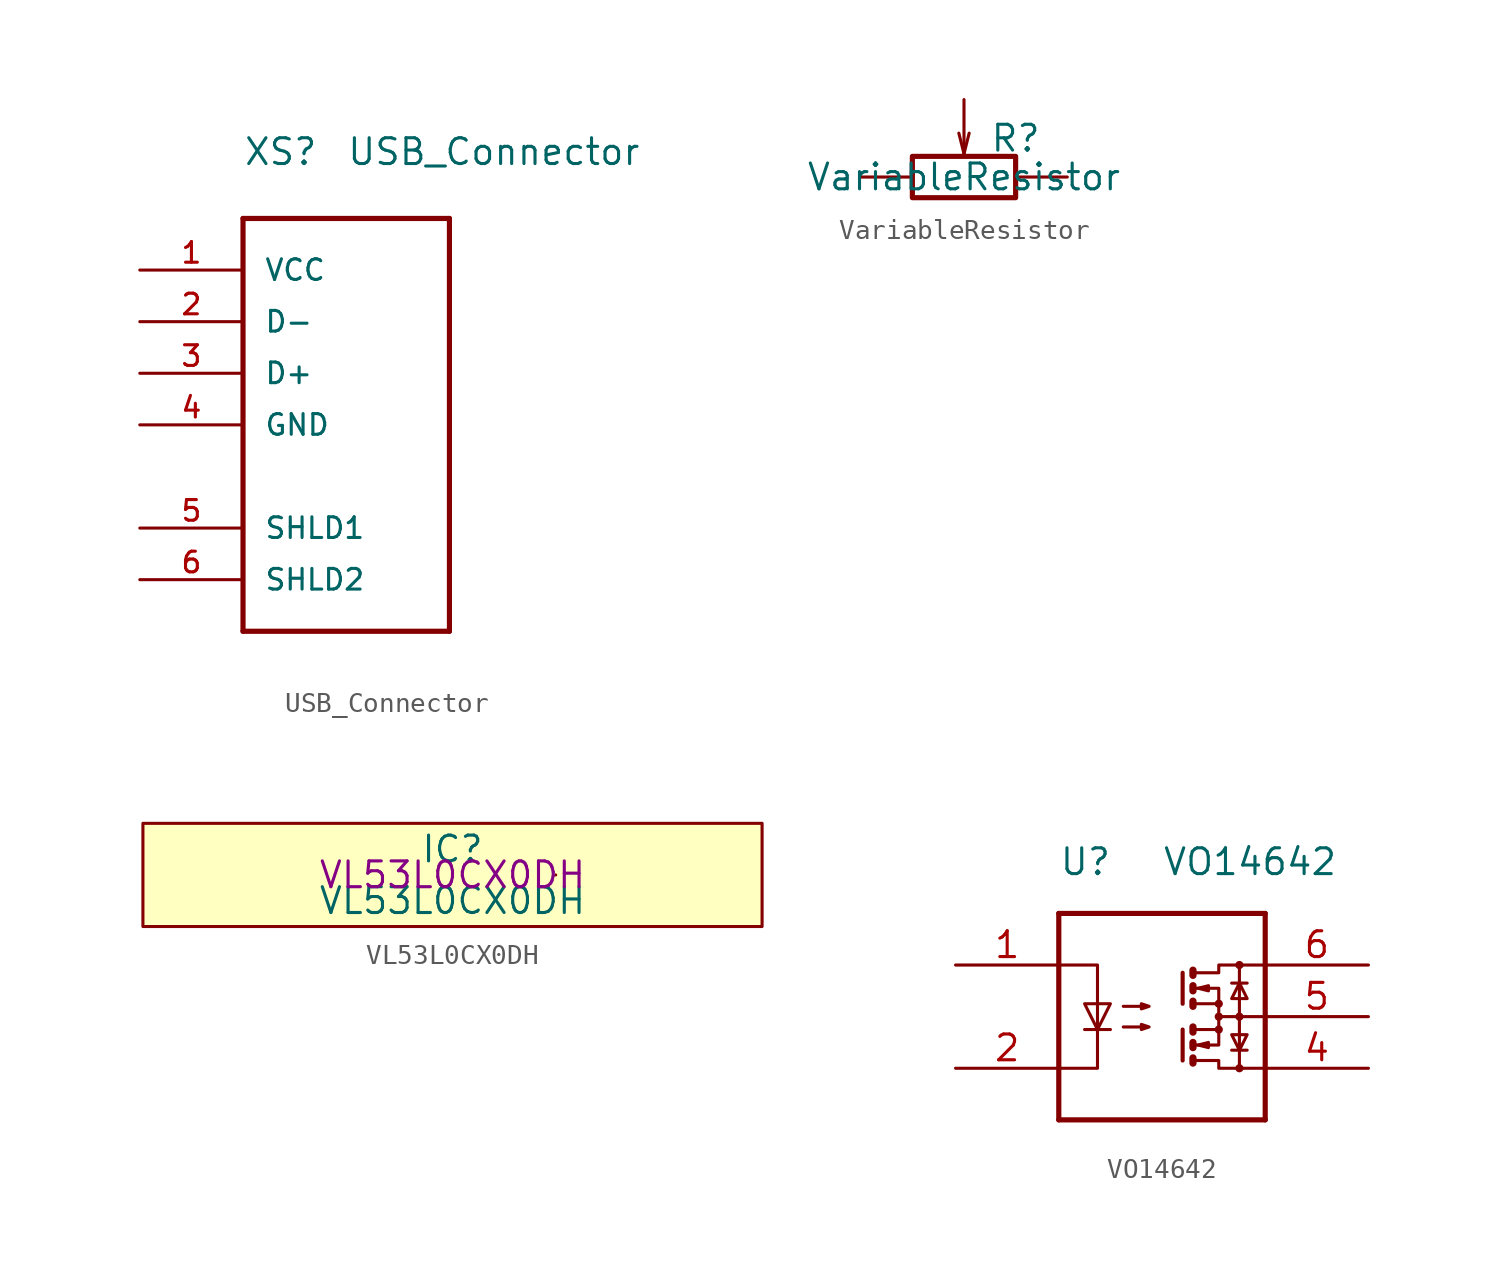
<source format=kicad_sym>
(kicad_symbol_lib
  (version 20220914)
  (generator kicad_symbol_editor)
  (symbol "USB_Connector"
    (pin_names
      (offset 1.016))
    (property "Reference" "XS"
      (at 0 2.54 0)
      (effects (font (size 1.27 1.27)) (justify left bottom)))
    (property "Value" "USB_Connector"
      (at 5.08 2.54 0)
      (effects (font (size 1.27 1.27)) (justify left bottom)))
    (symbol "USB_Connector_1_0"
      (polyline (pts (xy 0 -20.32) (xy 0 0)) (stroke (width 0.254) (type solid)) (fill (type none)))
      (polyline (pts (xy 0 0) (xy 10.16 0)) (stroke (width 0.254) (type solid)) (fill (type none)))
      (polyline (pts (xy 10.16 -20.32) (xy 0 -20.32)) (stroke (width 0.254) (type solid)) (fill (type none)))
      (polyline (pts (xy 10.16 0) (xy 10.16 -20.32)) (stroke (width 0.254) (type solid)) (fill (type none))))
    (symbol "USB_Connector_1_1"
      (pin power_out line (at -5.08 -2.54 0) (length 5.08) (name "VCC" (effects (font (size 1.016 1.016)))) (number "1" (effects (font (size 1.016 1.016)))))
      (pin bidirectional line (at -5.08 -5.08 0) (length 5.08) (name "D-" (effects (font (size 1.016 1.016)))) (number "2" (effects (font (size 1.016 1.016)))))
      (pin bidirectional line (at -5.08 -7.62 0) (length 5.08) (name "D+" (effects (font (size 1.016 1.016)))) (number "3" (effects (font (size 1.016 1.016)))))
      (pin power_out line (at -5.08 -10.16 0) (length 5.08) (name "GND" (effects (font (size 1.016 1.016)))) (number "4" (effects (font (size 1.016 1.016)))))
      (pin bidirectional line (at -5.08 -15.24 0) (length 5.08) (name "SHLD1" (effects (font (size 1.016 1.016)))) (number "5" (effects (font (size 1.016 1.016)))))
      (pin input line (at -5.08 -17.78 0) (length 5.08) (name "SHLD2" (effects (font (size 1.016 1.016)))) (number "6" (effects (font (size 1.016 1.016)))))))
  (symbol "VariableResistor"
    (pin_numbers hide)
    (pin_names
      (offset 0))
    (property "Reference" "R"
      (at 2.54 1.905 0)
      (effects (font (size 1.27 1.27))))
    (property "Value" "VariableResistor"
      (at 0 0 0)
      (effects (font (size 1.27 1.27))))
    (symbol "VariableResistor_0_1"
      (polyline (pts (xy 0 1.143) (xy -0.254 2.159)) (stroke (width 0) (type solid)) (fill (type none)))
      (polyline (pts (xy 0 1.143) (xy 0.254 2.159)) (stroke (width 0) (type solid)) (fill (type none)))
      (rectangle (start 2.54 -1.016) (end -2.54 1.016) (stroke (width 0.254) (type solid)) (fill (type none))))
    (symbol "VariableResistor_1_1"
      (pin passive line (at -5.08 0 0) (length 2.54) (name "~" (effects (font (size 1.27 1.27)))) (number "1" (effects (font (size 1.27 1.27)))))
      (pin passive line (at 0 3.81 270) (length 2.794) (name "~" (effects (font (size 1.27 1.27)))) (number "2" (effects (font (size 1.27 1.27)))))
      (pin passive line (at 5.08 0 180) (length 2.54) (name "~" (effects (font (size 1.27 1.27)))) (number "3" (effects (font (size 1.27 1.27)))))))
  (symbol "VL53L0CX0DH"
    (pin_names
      (offset 1.016))
    (property "Reference" "IC"
      (at 0 1.27 0)
      (effects (font (size 1.27 1.27))))
    (property "Value" "VL53L0CX0DH"
      (at 0 -1.27 0)
      (effects (font (size 1.27 1.27))))
    (property "Mfr. Part Number" "VL53L0CX0DH"
      (at 0 0 0)
      (effects (font (size 1.27 1.27))))
    (symbol "VL53L0CX0DH_0_1"
      (rectangle (start -15.24 2.54) (end 15.24 -2.54) (stroke (width 0) (type solid)) (fill (type background)))
      (rectangle (start 5.08 0) (end 5.08 0) (stroke (width 0) (type solid)) (fill (type none)))))
  (symbol "VO14642"
    (pin_names
      (offset 1.016))
    (property "Reference" "U"
      (at -5.08 7.62 0)
      (effects (font (size 1.27 1.27)) (justify left)))
    (property "Value" "VO14642"
      (at 0 7.62 0)
      (effects (font (size 1.27 1.27)) (justify left)))
    (symbol "VO14642_0_1"
      (polyline (pts (xy -3.81 -0.635) (xy -2.54 -0.635)) (stroke (width 0) (type solid)) (fill (type none)))
      (polyline (pts (xy -3.175 0.635) (xy -3.175 -0.635)) (stroke (width 0) (type solid)) (fill (type none)))
      (polyline (pts (xy 1.016 -0.635) (xy 1.016 -2.159)) (stroke (width 0.203) (type solid)) (fill (type none)))
      (polyline (pts (xy 1.016 2.159) (xy 1.016 0.635)) (stroke (width 0.203) (type solid)) (fill (type none)))
      (polyline (pts (xy 1.524 -0.508) (xy 1.524 -0.762)) (stroke (width 0.356) (type solid)) (fill (type none)))
      (polyline (pts (xy 2.794 0) (xy 5.08 0)) (stroke (width 0) (type solid)) (fill (type none)))
      (polyline (pts (xy 3.429 -1.651) (xy 4.191 -1.651)) (stroke (width 0) (type solid)) (fill (type none)))
      (polyline (pts (xy 3.429 1.651) (xy 4.191 1.651)) (stroke (width 0) (type solid)) (fill (type none)))
      (polyline (pts (xy 3.81 0) (xy 3.81 -2.54)) (stroke (width 0) (type solid)) (fill (type none)))
      (polyline (pts (xy 3.81 0) (xy 3.81 2.54)) (stroke (width 0) (type solid)) (fill (type none)))
      (polyline (pts (xy -5.08 2.54) (xy -3.175 2.54) (xy -3.175 0.635)) (stroke (width 0) (type solid)) (fill (type none)))
      (polyline (pts (xy -3.175 -0.635) (xy -3.175 -2.54) (xy -5.08 -2.54)) (stroke (width 0) (type solid)) (fill (type none)))
      (polyline (pts (xy 1.524 -2.032) (xy 1.524 -2.286) (xy 1.524 -2.286)) (stroke (width 0.356) (type solid)) (fill (type none)))
      (polyline (pts (xy 1.524 -1.27) (xy 1.524 -1.524) (xy 1.524 -1.524)) (stroke (width 0.356) (type solid)) (fill (type none)))
      (polyline (pts (xy 1.524 0.762) (xy 1.524 0.508) (xy 1.524 0.508)) (stroke (width 0.356) (type solid)) (fill (type none)))
      (polyline (pts (xy 1.524 1.524) (xy 1.524 1.27) (xy 1.524 1.27)) (stroke (width 0.356) (type solid)) (fill (type none)))
      (polyline (pts (xy 1.524 2.286) (xy 1.524 2.032) (xy 1.524 2.032)) (stroke (width 0.356) (type solid)) (fill (type none)))
      (polyline (pts (xy 1.651 -1.397) (xy 2.794 -1.397) (xy 2.794 -0.635)) (stroke (width 0) (type solid)) (fill (type none)))
      (polyline (pts (xy 1.651 1.397) (xy 2.794 1.397) (xy 2.794 0.635)) (stroke (width 0) (type solid)) (fill (type none)))
      (polyline (pts (xy -3.175 -0.635) (xy -3.81 0.635) (xy -2.54 0.635) (xy -3.175 -0.635)) (stroke (width 0) (type solid)) (fill (type none)))
      (polyline (pts (xy 1.651 -2.159) (xy 2.794 -2.159) (xy 2.794 -2.54) (xy 5.08 -2.54)) (stroke (width 0) (type solid)) (fill (type none)))
      (polyline (pts (xy 1.651 -0.635) (xy 2.794 -0.635) (xy 2.794 0.635) (xy 1.651 0.635)) (stroke (width 0) (type solid)) (fill (type none)))
      (polyline (pts (xy 1.651 2.159) (xy 2.794 2.159) (xy 2.794 2.54) (xy 5.08 2.54)) (stroke (width 0) (type solid)) (fill (type none)))
      (polyline (pts (xy 1.778 -1.397) (xy 2.286 -1.27) (xy 2.286 -1.524) (xy 1.778 -1.397)) (stroke (width 0) (type solid)) (fill (type none)))
      (polyline (pts (xy 1.778 1.397) (xy 2.286 1.524) (xy 2.286 1.27) (xy 1.778 1.397)) (stroke (width 0) (type solid)) (fill (type none)))
      (polyline (pts (xy 3.81 -1.651) (xy 3.429 -0.889) (xy 4.191 -0.889) (xy 3.81 -1.651)) (stroke (width 0) (type solid)) (fill (type none)))
      (polyline (pts (xy 3.81 1.651) (xy 3.429 0.889) (xy 4.191 0.889) (xy 3.81 1.651)) (stroke (width 0) (type solid)) (fill (type none)))
      (polyline (pts (xy -1.905 -0.508) (xy -0.635 -0.508) (xy -1.016 -0.635) (xy -1.016 -0.381) (xy -0.635 -0.508)) (stroke (width 0) (type solid)) (fill (type none)))
      (polyline (pts (xy -1.905 0.508) (xy -0.635 0.508) (xy -1.016 0.381) (xy -1.016 0.635) (xy -0.635 0.508)) (stroke (width 0) (type solid)) (fill (type none)))
      (circle (center 2.794 -0.635) (radius 0.127) (stroke (width 0) (type solid)) (fill (type none)))
      (circle (center 2.794 0) (radius 0.127) (stroke (width 0) (type solid)) (fill (type none)))
      (circle (center 2.794 0.635) (radius 0.127) (stroke (width 0) (type solid)) (fill (type none)))
      (circle (center 3.81 -2.54) (radius 0.127) (stroke (width 0) (type solid)) (fill (type none)))
      (circle (center 3.81 0) (radius 0.127) (stroke (width 0) (type solid)) (fill (type none)))
      (circle (center 3.81 2.54) (radius 0.127) (stroke (width 0) (type solid)) (fill (type none))))
    (symbol "VO14642_1_1"
      (polyline (pts (xy -5.08 -5.08) (xy -5.08 5.08)) (stroke (width 0.254) (type solid)) (fill (type none)))
      (polyline (pts (xy -5.08 5.08) (xy 5.08 5.08)) (stroke (width 0.254) (type solid)) (fill (type none)))
      (polyline (pts (xy 5.08 -5.08) (xy -5.08 -5.08)) (stroke (width 0.254) (type solid)) (fill (type none)))
      (polyline (pts (xy 5.08 5.08) (xy 5.08 -5.08)) (stroke (width 0.254) (type solid)) (fill (type none)))
      (pin passive line (at -10.16 2.54 0) (length 5.08) (name "~" (effects (font (size 1.27 1.27)))) (number "1" (effects (font (size 1.27 1.27)))))
      (pin passive line (at -10.16 -2.54 0) (length 5.08) (name "~" (effects (font (size 1.27 1.27)))) (number "2" (effects (font (size 1.27 1.27)))))
      (pin passive line (at 10.16 -2.54 180) (length 5.08) (name "~" (effects (font (size 1.27 1.27)))) (number "4" (effects (font (size 1.27 1.27)))))
      (pin passive line (at 10.16 0 180) (length 5.08) (name "~" (effects (font (size 1.27 1.27)))) (number "5" (effects (font (size 1.27 1.27)))))
      (pin passive line (at 10.16 2.54 180) (length 5.08) (name "~" (effects (font (size 1.27 1.27)))) (number "6" (effects (font (size 1.27 1.27))))))))
</source>
